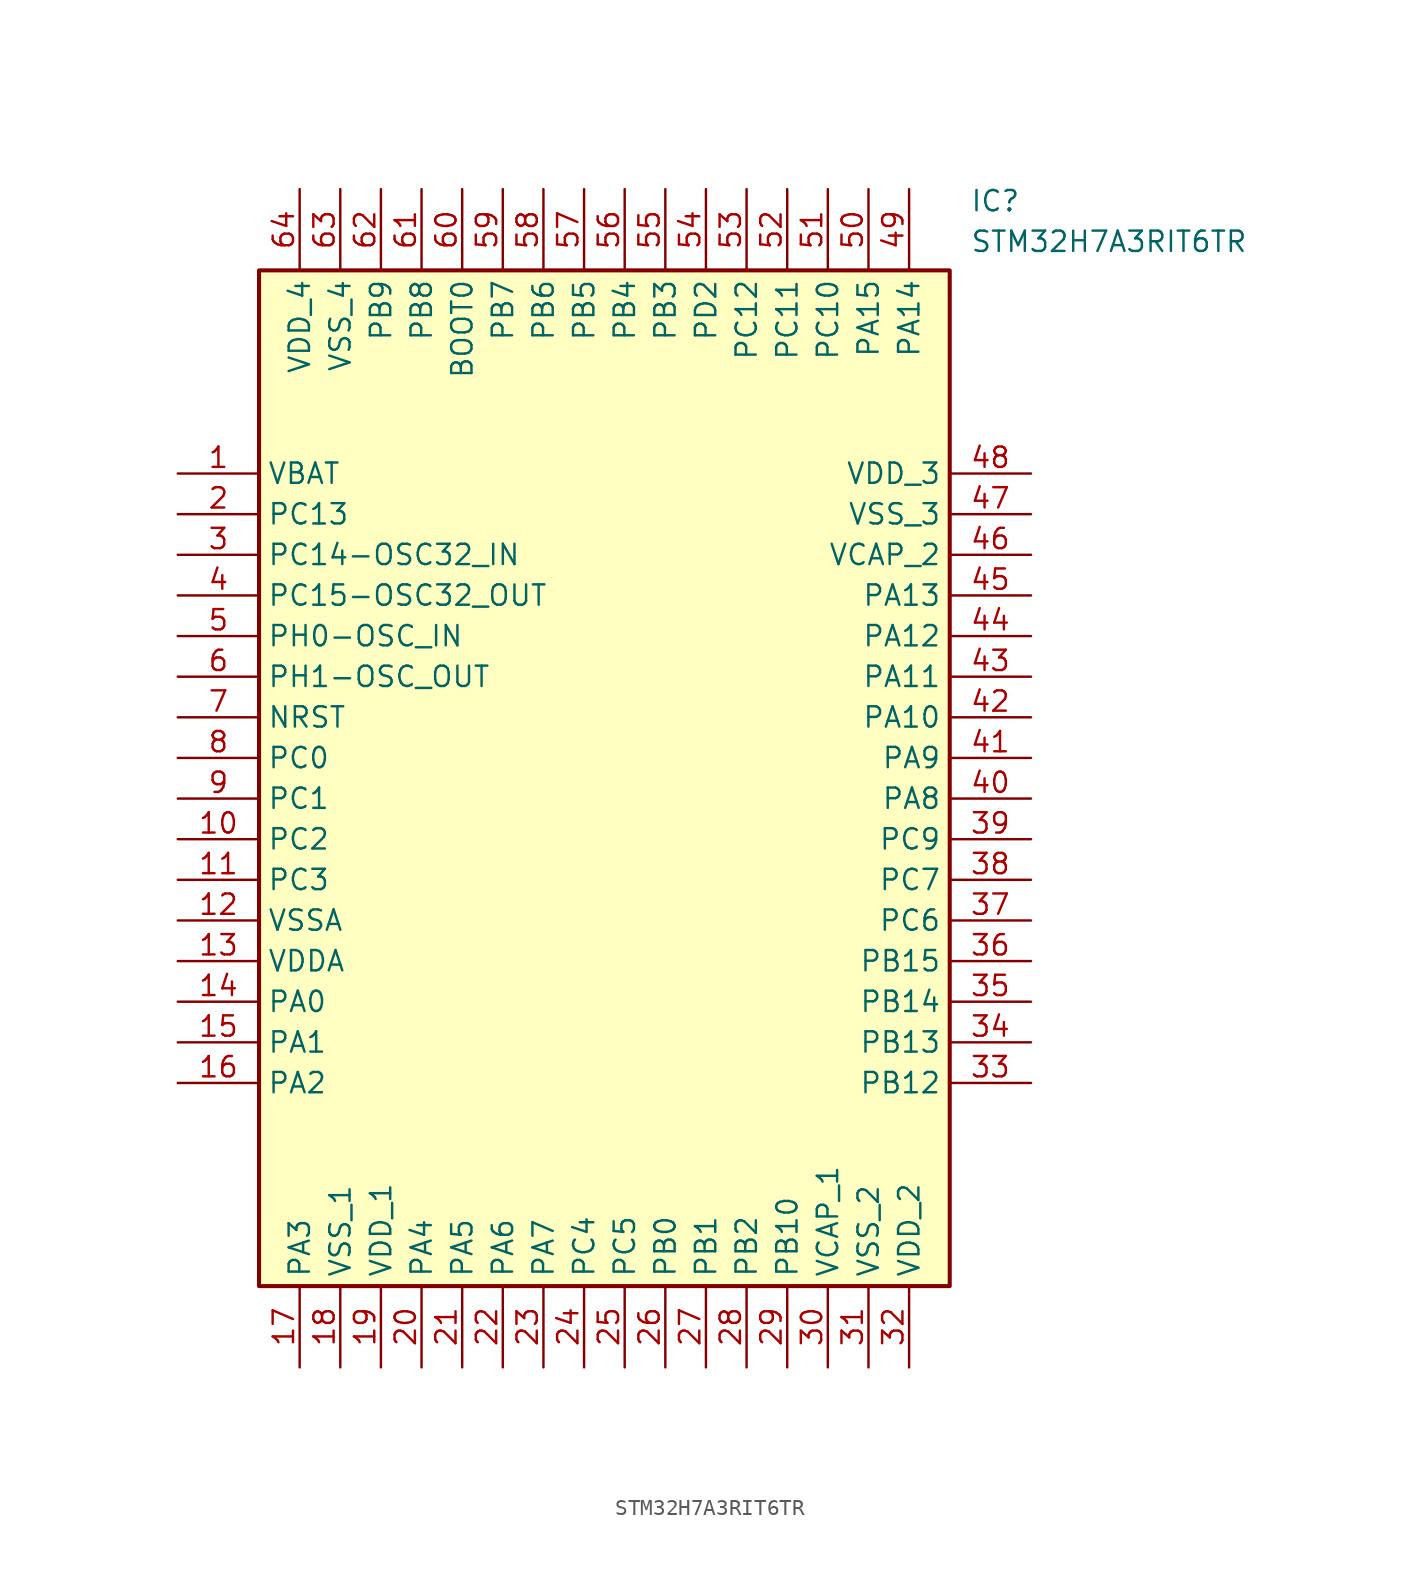
<source format=kicad_sym>
(kicad_symbol_lib
  (version 20211014)
  (generator SamacSys_ECAD_Model)
  (symbol "STM32H7A3RIT6TR"
    (property "Reference" "IC"
      (at 49.53 17.78 0)
      (effects (font (size 1.27 1.27)) (justify left top)))
    (property "Value" "STM32H7A3RIT6TR"
      (at 49.53 15.24 0)
      (effects (font (size 1.27 1.27)) (justify left top)))
    (rectangle
      (start 5.08 12.7)
      (end 48.26 -50.8)
      (stroke (width 0.254) (type default))
      (fill (type background)))
    (pin passive line
      (at 0 0 0)
      (length 5.08)
      (name "VBAT" (effects (font (size 1.27 1.27))))
      (number "1" (effects (font (size 1.27 1.27)))))
    (pin passive line
      (at 0 -2.54 0)
      (length 5.08)
      (name "PC13" (effects (font (size 1.27 1.27))))
      (number "2" (effects (font (size 1.27 1.27)))))
    (pin passive line
      (at 0 -5.08 0)
      (length 5.08)
      (name "PC14-OSC32_IN" (effects (font (size 1.27 1.27))))
      (number "3" (effects (font (size 1.27 1.27)))))
    (pin passive line
      (at 0 -7.62 0)
      (length 5.08)
      (name "PC15-OSC32_OUT" (effects (font (size 1.27 1.27))))
      (number "4" (effects (font (size 1.27 1.27)))))
    (pin passive line
      (at 0 -10.16 0)
      (length 5.08)
      (name "PH0-OSC_IN" (effects (font (size 1.27 1.27))))
      (number "5" (effects (font (size 1.27 1.27)))))
    (pin passive line
      (at 0 -12.7 0)
      (length 5.08)
      (name "PH1-OSC_OUT" (effects (font (size 1.27 1.27))))
      (number "6" (effects (font (size 1.27 1.27)))))
    (pin passive line
      (at 0 -15.24 0)
      (length 5.08)
      (name "NRST" (effects (font (size 1.27 1.27))))
      (number "7" (effects (font (size 1.27 1.27)))))
    (pin passive line
      (at 0 -17.78 0)
      (length 5.08)
      (name "PC0" (effects (font (size 1.27 1.27))))
      (number "8" (effects (font (size 1.27 1.27)))))
    (pin passive line
      (at 0 -20.32 0)
      (length 5.08)
      (name "PC1" (effects (font (size 1.27 1.27))))
      (number "9" (effects (font (size 1.27 1.27)))))
    (pin passive line
      (at 0 -22.86 0)
      (length 5.08)
      (name "PC2" (effects (font (size 1.27 1.27))))
      (number "10" (effects (font (size 1.27 1.27)))))
    (pin passive line
      (at 0 -25.4 0)
      (length 5.08)
      (name "PC3" (effects (font (size 1.27 1.27))))
      (number "11" (effects (font (size 1.27 1.27)))))
    (pin passive line
      (at 0 -27.94 0)
      (length 5.08)
      (name "VSSA" (effects (font (size 1.27 1.27))))
      (number "12" (effects (font (size 1.27 1.27)))))
    (pin passive line
      (at 0 -30.48 0)
      (length 5.08)
      (name "VDDA" (effects (font (size 1.27 1.27))))
      (number "13" (effects (font (size 1.27 1.27)))))
    (pin passive line
      (at 0 -33.02 0)
      (length 5.08)
      (name "PA0" (effects (font (size 1.27 1.27))))
      (number "14" (effects (font (size 1.27 1.27)))))
    (pin passive line
      (at 0 -35.56 0)
      (length 5.08)
      (name "PA1" (effects (font (size 1.27 1.27))))
      (number "15" (effects (font (size 1.27 1.27)))))
    (pin passive line
      (at 0 -38.1 0)
      (length 5.08)
      (name "PA2" (effects (font (size 1.27 1.27))))
      (number "16" (effects (font (size 1.27 1.27)))))
    (pin passive line
      (at 7.62 -55.88 90)
      (length 5.08)
      (name "PA3" (effects (font (size 1.27 1.27))))
      (number "17" (effects (font (size 1.27 1.27)))))
    (pin passive line
      (at 10.16 -55.88 90)
      (length 5.08)
      (name "VSS_1" (effects (font (size 1.27 1.27))))
      (number "18" (effects (font (size 1.27 1.27)))))
    (pin passive line
      (at 12.7 -55.88 90)
      (length 5.08)
      (name "VDD_1" (effects (font (size 1.27 1.27))))
      (number "19" (effects (font (size 1.27 1.27)))))
    (pin passive line
      (at 15.24 -55.88 90)
      (length 5.08)
      (name "PA4" (effects (font (size 1.27 1.27))))
      (number "20" (effects (font (size 1.27 1.27)))))
    (pin passive line
      (at 17.78 -55.88 90)
      (length 5.08)
      (name "PA5" (effects (font (size 1.27 1.27))))
      (number "21" (effects (font (size 1.27 1.27)))))
    (pin passive line
      (at 20.32 -55.88 90)
      (length 5.08)
      (name "PA6" (effects (font (size 1.27 1.27))))
      (number "22" (effects (font (size 1.27 1.27)))))
    (pin passive line
      (at 22.86 -55.88 90)
      (length 5.08)
      (name "PA7" (effects (font (size 1.27 1.27))))
      (number "23" (effects (font (size 1.27 1.27)))))
    (pin passive line
      (at 25.4 -55.88 90)
      (length 5.08)
      (name "PC4" (effects (font (size 1.27 1.27))))
      (number "24" (effects (font (size 1.27 1.27)))))
    (pin passive line
      (at 27.94 -55.88 90)
      (length 5.08)
      (name "PC5" (effects (font (size 1.27 1.27))))
      (number "25" (effects (font (size 1.27 1.27)))))
    (pin passive line
      (at 30.48 -55.88 90)
      (length 5.08)
      (name "PB0" (effects (font (size 1.27 1.27))))
      (number "26" (effects (font (size 1.27 1.27)))))
    (pin passive line
      (at 33.02 -55.88 90)
      (length 5.08)
      (name "PB1" (effects (font (size 1.27 1.27))))
      (number "27" (effects (font (size 1.27 1.27)))))
    (pin passive line
      (at 35.56 -55.88 90)
      (length 5.08)
      (name "PB2" (effects (font (size 1.27 1.27))))
      (number "28" (effects (font (size 1.27 1.27)))))
    (pin passive line
      (at 38.1 -55.88 90)
      (length 5.08)
      (name "PB10" (effects (font (size 1.27 1.27))))
      (number "29" (effects (font (size 1.27 1.27)))))
    (pin passive line
      (at 40.64 -55.88 90)
      (length 5.08)
      (name "VCAP_1" (effects (font (size 1.27 1.27))))
      (number "30" (effects (font (size 1.27 1.27)))))
    (pin passive line
      (at 43.18 -55.88 90)
      (length 5.08)
      (name "VSS_2" (effects (font (size 1.27 1.27))))
      (number "31" (effects (font (size 1.27 1.27)))))
    (pin passive line
      (at 45.72 -55.88 90)
      (length 5.08)
      (name "VDD_2" (effects (font (size 1.27 1.27))))
      (number "32" (effects (font (size 1.27 1.27)))))
    (pin passive line
      (at 53.34 0 180)
      (length 5.08)
      (name "VDD_3" (effects (font (size 1.27 1.27))))
      (number "48" (effects (font (size 1.27 1.27)))))
    (pin passive line
      (at 53.34 -2.54 180)
      (length 5.08)
      (name "VSS_3" (effects (font (size 1.27 1.27))))
      (number "47" (effects (font (size 1.27 1.27)))))
    (pin passive line
      (at 53.34 -5.08 180)
      (length 5.08)
      (name "VCAP_2" (effects (font (size 1.27 1.27))))
      (number "46" (effects (font (size 1.27 1.27)))))
    (pin passive line
      (at 53.34 -7.62 180)
      (length 5.08)
      (name "PA13" (effects (font (size 1.27 1.27))))
      (number "45" (effects (font (size 1.27 1.27)))))
    (pin passive line
      (at 53.34 -10.16 180)
      (length 5.08)
      (name "PA12" (effects (font (size 1.27 1.27))))
      (number "44" (effects (font (size 1.27 1.27)))))
    (pin passive line
      (at 53.34 -12.7 180)
      (length 5.08)
      (name "PA11" (effects (font (size 1.27 1.27))))
      (number "43" (effects (font (size 1.27 1.27)))))
    (pin passive line
      (at 53.34 -15.24 180)
      (length 5.08)
      (name "PA10" (effects (font (size 1.27 1.27))))
      (number "42" (effects (font (size 1.27 1.27)))))
    (pin passive line
      (at 53.34 -17.78 180)
      (length 5.08)
      (name "PA9" (effects (font (size 1.27 1.27))))
      (number "41" (effects (font (size 1.27 1.27)))))
    (pin passive line
      (at 53.34 -20.32 180)
      (length 5.08)
      (name "PA8" (effects (font (size 1.27 1.27))))
      (number "40" (effects (font (size 1.27 1.27)))))
    (pin passive line
      (at 53.34 -22.86 180)
      (length 5.08)
      (name "PC9" (effects (font (size 1.27 1.27))))
      (number "39" (effects (font (size 1.27 1.27)))))
    (pin passive line
      (at 53.34 -25.4 180)
      (length 5.08)
      (name "PC7" (effects (font (size 1.27 1.27))))
      (number "38" (effects (font (size 1.27 1.27)))))
    (pin passive line
      (at 53.34 -27.94 180)
      (length 5.08)
      (name "PC6" (effects (font (size 1.27 1.27))))
      (number "37" (effects (font (size 1.27 1.27)))))
    (pin passive line
      (at 53.34 -30.48 180)
      (length 5.08)
      (name "PB15" (effects (font (size 1.27 1.27))))
      (number "36" (effects (font (size 1.27 1.27)))))
    (pin passive line
      (at 53.34 -33.02 180)
      (length 5.08)
      (name "PB14" (effects (font (size 1.27 1.27))))
      (number "35" (effects (font (size 1.27 1.27)))))
    (pin passive line
      (at 53.34 -35.56 180)
      (length 5.08)
      (name "PB13" (effects (font (size 1.27 1.27))))
      (number "34" (effects (font (size 1.27 1.27)))))
    (pin passive line
      (at 53.34 -38.1 180)
      (length 5.08)
      (name "PB12" (effects (font (size 1.27 1.27))))
      (number "33" (effects (font (size 1.27 1.27)))))
    (pin passive line
      (at 7.62 17.78 270)
      (length 5.08)
      (name "VDD_4" (effects (font (size 1.27 1.27))))
      (number "64" (effects (font (size 1.27 1.27)))))
    (pin passive line
      (at 10.16 17.78 270)
      (length 5.08)
      (name "VSS_4" (effects (font (size 1.27 1.27))))
      (number "63" (effects (font (size 1.27 1.27)))))
    (pin passive line
      (at 12.7 17.78 270)
      (length 5.08)
      (name "PB9" (effects (font (size 1.27 1.27))))
      (number "62" (effects (font (size 1.27 1.27)))))
    (pin passive line
      (at 15.24 17.78 270)
      (length 5.08)
      (name "PB8" (effects (font (size 1.27 1.27))))
      (number "61" (effects (font (size 1.27 1.27)))))
    (pin passive line
      (at 17.78 17.78 270)
      (length 5.08)
      (name "BOOT0" (effects (font (size 1.27 1.27))))
      (number "60" (effects (font (size 1.27 1.27)))))
    (pin passive line
      (at 20.32 17.78 270)
      (length 5.08)
      (name "PB7" (effects (font (size 1.27 1.27))))
      (number "59" (effects (font (size 1.27 1.27)))))
    (pin passive line
      (at 22.86 17.78 270)
      (length 5.08)
      (name "PB6" (effects (font (size 1.27 1.27))))
      (number "58" (effects (font (size 1.27 1.27)))))
    (pin passive line
      (at 25.4 17.78 270)
      (length 5.08)
      (name "PB5" (effects (font (size 1.27 1.27))))
      (number "57" (effects (font (size 1.27 1.27)))))
    (pin passive line
      (at 27.94 17.78 270)
      (length 5.08)
      (name "PB4" (effects (font (size 1.27 1.27))))
      (number "56" (effects (font (size 1.27 1.27)))))
    (pin passive line
      (at 30.48 17.78 270)
      (length 5.08)
      (name "PB3" (effects (font (size 1.27 1.27))))
      (number "55" (effects (font (size 1.27 1.27)))))
    (pin passive line
      (at 33.02 17.78 270)
      (length 5.08)
      (name "PD2" (effects (font (size 1.27 1.27))))
      (number "54" (effects (font (size 1.27 1.27)))))
    (pin passive line
      (at 35.56 17.78 270)
      (length 5.08)
      (name "PC12" (effects (font (size 1.27 1.27))))
      (number "53" (effects (font (size 1.27 1.27)))))
    (pin passive line
      (at 38.1 17.78 270)
      (length 5.08)
      (name "PC11" (effects (font (size 1.27 1.27))))
      (number "52" (effects (font (size 1.27 1.27)))))
    (pin passive line
      (at 40.64 17.78 270)
      (length 5.08)
      (name "PC10" (effects (font (size 1.27 1.27))))
      (number "51" (effects (font (size 1.27 1.27)))))
    (pin passive line
      (at 43.18 17.78 270)
      (length 5.08)
      (name "PA15" (effects (font (size 1.27 1.27))))
      (number "50" (effects (font (size 1.27 1.27)))))
    (pin passive line
      (at 45.72 17.78 270)
      (length 5.08)
      (name "PA14" (effects (font (size 1.27 1.27))))
      (number "49" (effects (font (size 1.27 1.27)))))))
</source>
